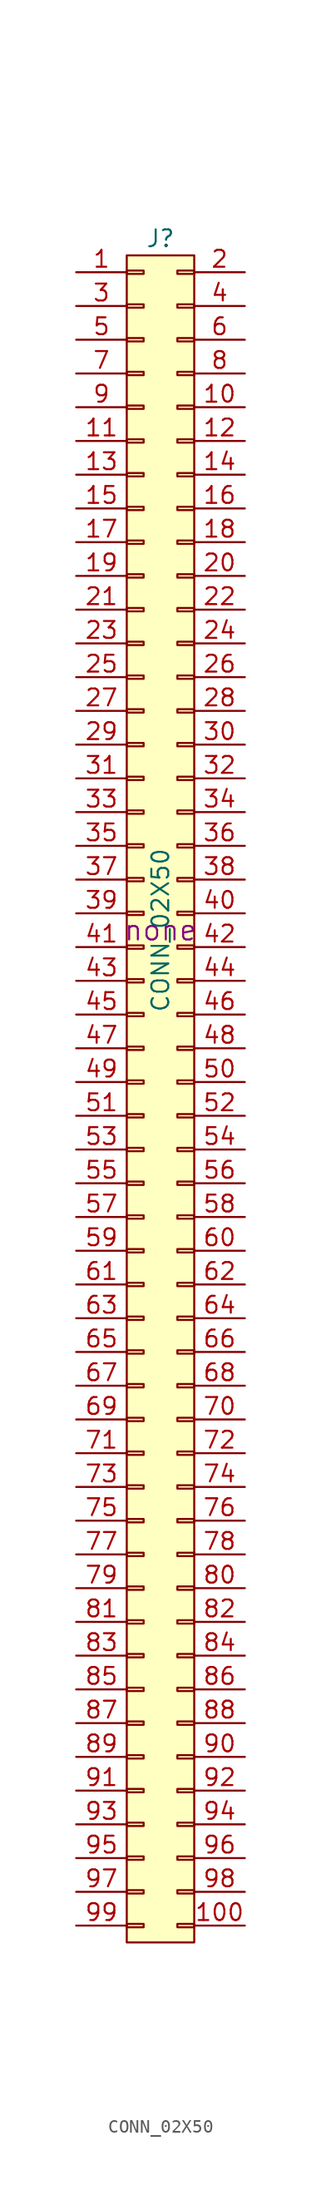
<source format=kicad_sym>
(kicad_symbol_lib
  (version 20201005)
  (generator kicad_symbol_editor)
  (symbol "Connectors_OSRF:CONN_02X50"
    (pin_names
      (offset 0.025) hide)
    (property "Reference" "J"
      (at 0 64.77 0)
      (effects (font (size 1.27 1.27))))
    (property "Value" "CONN_02X50"
      (at 0 12.7 90)
      (effects (font (size 1.27 1.27))))
    (property "Footprint" ""
      (at 0 12.7 0)
      (effects (font (size 1.524 1.524))))
    (property "Datasheet" "none"
      (at 0 12.7 0)
      (effects (font (size 1.524 1.524))))
    (symbol "CONN_02X50_0_1"
      (rectangle (start -2.54 -62.103) (end -1.27 -62.357) (stroke (width 0)) (fill (type none)))
      (rectangle (start -2.54 -59.563) (end -1.27 -59.817) (stroke (width 0)) (fill (type none)))
      (rectangle (start -2.54 -57.023) (end -1.27 -57.277) (stroke (width 0)) (fill (type none)))
      (rectangle (start -2.54 -54.483) (end -1.27 -54.737) (stroke (width 0)) (fill (type none)))
      (rectangle (start -2.54 -51.943) (end -1.27 -52.197) (stroke (width 0)) (fill (type none)))
      (rectangle (start -2.54 -49.403) (end -1.27 -49.657) (stroke (width 0)) (fill (type none)))
      (rectangle (start -2.54 -46.863) (end -1.27 -47.117) (stroke (width 0)) (fill (type none)))
      (rectangle (start -2.54 -44.323) (end -1.27 -44.577) (stroke (width 0)) (fill (type none)))
      (rectangle (start -2.54 -41.783) (end -1.27 -42.037) (stroke (width 0)) (fill (type none)))
      (rectangle (start -2.54 -39.243) (end -1.27 -39.497) (stroke (width 0)) (fill (type none)))
      (rectangle (start -2.54 -36.703) (end -1.27 -36.957) (stroke (width 0)) (fill (type none)))
      (rectangle (start -2.54 -34.163) (end -1.27 -34.417) (stroke (width 0)) (fill (type none)))
      (rectangle (start -2.54 -31.623) (end -1.27 -31.877) (stroke (width 0)) (fill (type none)))
      (rectangle (start -2.54 -29.083) (end -1.27 -29.337) (stroke (width 0)) (fill (type none)))
      (rectangle (start -2.54 -26.543) (end -1.27 -26.797) (stroke (width 0)) (fill (type none)))
      (rectangle (start -2.54 -24.003) (end -1.27 -24.257) (stroke (width 0)) (fill (type none)))
      (rectangle (start -2.54 -21.463) (end -1.27 -21.717) (stroke (width 0)) (fill (type none)))
      (rectangle (start -2.54 -18.923) (end -1.27 -19.177) (stroke (width 0)) (fill (type none)))
      (rectangle (start -2.54 -16.383) (end -1.27 -16.637) (stroke (width 0)) (fill (type none)))
      (rectangle (start -2.54 -13.843) (end -1.27 -14.097) (stroke (width 0)) (fill (type none)))
      (rectangle (start -2.54 -11.303) (end -1.27 -11.557) (stroke (width 0)) (fill (type none)))
      (rectangle (start -2.54 -8.763) (end -1.27 -9.017) (stroke (width 0)) (fill (type none)))
      (rectangle (start -2.54 -6.223) (end -1.27 -6.477) (stroke (width 0)) (fill (type none)))
      (rectangle (start -2.54 -3.683) (end -1.27 -3.937) (stroke (width 0)) (fill (type none)))
      (rectangle (start -2.54 -1.143) (end -1.27 -1.397) (stroke (width 0)) (fill (type none)))
      (rectangle (start -2.54 1.397) (end -1.27 1.143) (stroke (width 0)) (fill (type none)))
      (rectangle (start -2.54 3.937) (end -1.27 3.683) (stroke (width 0)) (fill (type none)))
      (rectangle (start -2.54 6.477) (end -1.27 6.223) (stroke (width 0)) (fill (type none)))
      (rectangle (start -2.54 9.017) (end -1.27 8.763) (stroke (width 0)) (fill (type none)))
      (rectangle (start -2.54 11.557) (end -1.27 11.303) (stroke (width 0)) (fill (type none)))
      (rectangle (start -2.54 14.097) (end -1.27 13.843) (stroke (width 0)) (fill (type none)))
      (rectangle (start -2.54 16.637) (end -1.27 16.383) (stroke (width 0)) (fill (type none)))
      (rectangle (start -2.54 19.177) (end -1.27 18.923) (stroke (width 0)) (fill (type none)))
      (rectangle (start -2.54 21.717) (end -1.27 21.463) (stroke (width 0)) (fill (type none)))
      (rectangle (start -2.54 24.257) (end -1.27 24.003) (stroke (width 0)) (fill (type none)))
      (rectangle (start -2.54 26.797) (end -1.27 26.543) (stroke (width 0)) (fill (type none)))
      (rectangle (start -2.54 29.337) (end -1.27 29.083) (stroke (width 0)) (fill (type none)))
      (rectangle (start -2.54 31.877) (end -1.27 31.623) (stroke (width 0)) (fill (type none)))
      (rectangle (start -2.54 34.417) (end -1.27 34.163) (stroke (width 0)) (fill (type none)))
      (rectangle (start -2.54 36.957) (end -1.27 36.703) (stroke (width 0)) (fill (type none)))
      (rectangle (start -2.54 39.497) (end -1.27 39.243) (stroke (width 0)) (fill (type none)))
      (rectangle (start -2.54 42.037) (end -1.27 41.783) (stroke (width 0)) (fill (type none)))
      (rectangle (start -2.54 44.577) (end -1.27 44.323) (stroke (width 0)) (fill (type none)))
      (rectangle (start -2.54 47.117) (end -1.27 46.863) (stroke (width 0)) (fill (type none)))
      (rectangle (start -2.54 49.657) (end -1.27 49.403) (stroke (width 0)) (fill (type none)))
      (rectangle (start -2.54 52.197) (end -1.27 51.943) (stroke (width 0)) (fill (type none)))
      (rectangle (start -2.54 54.737) (end -1.27 54.483) (stroke (width 0)) (fill (type none)))
      (rectangle (start -2.54 57.277) (end -1.27 57.023) (stroke (width 0)) (fill (type none)))
      (rectangle (start -2.54 59.817) (end -1.27 59.563) (stroke (width 0)) (fill (type none)))
      (rectangle (start -2.54 62.357) (end -1.27 62.103) (stroke (width 0)) (fill (type none)))
      (rectangle (start -2.54 63.5) (end 2.54 -63.5) (stroke (width 0)) (fill (type background)))
      (rectangle (start 1.27 -62.103) (end 2.54 -62.357) (stroke (width 0)) (fill (type none)))
      (rectangle (start 1.27 -59.563) (end 2.54 -59.817) (stroke (width 0)) (fill (type none)))
      (rectangle (start 1.27 -57.023) (end 2.54 -57.277) (stroke (width 0)) (fill (type none)))
      (rectangle (start 1.27 -54.483) (end 2.54 -54.737) (stroke (width 0)) (fill (type none)))
      (rectangle (start 1.27 -51.943) (end 2.54 -52.197) (stroke (width 0)) (fill (type none)))
      (rectangle (start 1.27 -49.403) (end 2.54 -49.657) (stroke (width 0)) (fill (type none)))
      (rectangle (start 1.27 -46.863) (end 2.54 -47.117) (stroke (width 0)) (fill (type none)))
      (rectangle (start 1.27 -44.323) (end 2.54 -44.577) (stroke (width 0)) (fill (type none)))
      (rectangle (start 1.27 -41.783) (end 2.54 -42.037) (stroke (width 0)) (fill (type none)))
      (rectangle (start 1.27 -39.243) (end 2.54 -39.497) (stroke (width 0)) (fill (type none)))
      (rectangle (start 1.27 -36.703) (end 2.54 -36.957) (stroke (width 0)) (fill (type none)))
      (rectangle (start 1.27 -34.163) (end 2.54 -34.417) (stroke (width 0)) (fill (type none)))
      (rectangle (start 1.27 -31.623) (end 2.54 -31.877) (stroke (width 0)) (fill (type none)))
      (rectangle (start 1.27 -29.083) (end 2.54 -29.337) (stroke (width 0)) (fill (type none)))
      (rectangle (start 1.27 -26.543) (end 2.54 -26.797) (stroke (width 0)) (fill (type none)))
      (rectangle (start 1.27 -24.003) (end 2.54 -24.257) (stroke (width 0)) (fill (type none)))
      (rectangle (start 1.27 -21.463) (end 2.54 -21.717) (stroke (width 0)) (fill (type none)))
      (rectangle (start 1.27 -18.923) (end 2.54 -19.177) (stroke (width 0)) (fill (type none)))
      (rectangle (start 1.27 -16.383) (end 2.54 -16.637) (stroke (width 0)) (fill (type none)))
      (rectangle (start 1.27 -13.843) (end 2.54 -14.097) (stroke (width 0)) (fill (type none)))
      (rectangle (start 1.27 -11.303) (end 2.54 -11.557) (stroke (width 0)) (fill (type none)))
      (rectangle (start 1.27 -8.763) (end 2.54 -9.017) (stroke (width 0)) (fill (type none)))
      (rectangle (start 1.27 -6.223) (end 2.54 -6.477) (stroke (width 0)) (fill (type none)))
      (rectangle (start 1.27 -3.683) (end 2.54 -3.937) (stroke (width 0)) (fill (type none)))
      (rectangle (start 1.27 -1.143) (end 2.54 -1.397) (stroke (width 0)) (fill (type none)))
      (rectangle (start 1.27 1.397) (end 2.54 1.143) (stroke (width 0)) (fill (type none)))
      (rectangle (start 1.27 3.937) (end 2.54 3.683) (stroke (width 0)) (fill (type none)))
      (rectangle (start 1.27 6.477) (end 2.54 6.223) (stroke (width 0)) (fill (type none)))
      (rectangle (start 1.27 9.017) (end 2.54 8.763) (stroke (width 0)) (fill (type none)))
      (rectangle (start 1.27 11.557) (end 2.54 11.303) (stroke (width 0)) (fill (type none)))
      (rectangle (start 1.27 14.097) (end 2.54 13.843) (stroke (width 0)) (fill (type none)))
      (rectangle (start 1.27 16.637) (end 2.54 16.383) (stroke (width 0)) (fill (type none)))
      (rectangle (start 1.27 19.177) (end 2.54 18.923) (stroke (width 0)) (fill (type none)))
      (rectangle (start 1.27 21.717) (end 2.54 21.463) (stroke (width 0)) (fill (type none)))
      (rectangle (start 1.27 24.257) (end 2.54 24.003) (stroke (width 0)) (fill (type none)))
      (rectangle (start 1.27 26.797) (end 2.54 26.543) (stroke (width 0)) (fill (type none)))
      (rectangle (start 1.27 29.337) (end 2.54 29.083) (stroke (width 0)) (fill (type none)))
      (rectangle (start 1.27 31.877) (end 2.54 31.623) (stroke (width 0)) (fill (type none)))
      (rectangle (start 1.27 34.417) (end 2.54 34.163) (stroke (width 0)) (fill (type none)))
      (rectangle (start 1.27 36.957) (end 2.54 36.703) (stroke (width 0)) (fill (type none)))
      (rectangle (start 1.27 39.497) (end 2.54 39.243) (stroke (width 0)) (fill (type none)))
      (rectangle (start 1.27 42.037) (end 2.54 41.783) (stroke (width 0)) (fill (type none)))
      (rectangle (start 1.27 44.577) (end 2.54 44.323) (stroke (width 0)) (fill (type none)))
      (rectangle (start 1.27 47.117) (end 2.54 46.863) (stroke (width 0)) (fill (type none)))
      (rectangle (start 1.27 49.657) (end 2.54 49.403) (stroke (width 0)) (fill (type none)))
      (rectangle (start 1.27 52.197) (end 2.54 51.943) (stroke (width 0)) (fill (type none)))
      (rectangle (start 1.27 54.737) (end 2.54 54.483) (stroke (width 0)) (fill (type none)))
      (rectangle (start 1.27 57.277) (end 2.54 57.023) (stroke (width 0)) (fill (type none)))
      (rectangle (start 1.27 59.817) (end 2.54 59.563) (stroke (width 0)) (fill (type none)))
      (rectangle (start 1.27 62.357) (end 2.54 62.103) (stroke (width 0)) (fill (type none))))
    (symbol "CONN_02X50_1_1"
      (pin passive line (at -6.35 62.23 0) (length 3.81) (name "P1" (effects (font (size 1.27 1.27)))) (number "1" (effects (font (size 1.27 1.27)))))
      (pin passive line (at 6.35 52.07 180) (length 3.81) (name "P10" (effects (font (size 1.27 1.27)))) (number "10" (effects (font (size 1.27 1.27)))))
      (pin passive line (at 6.35 -62.23 180) (length 3.81) (name "P100" (effects (font (size 1.27 1.27)))) (number "100" (effects (font (size 1.27 1.27)))))
      (pin passive line (at -6.35 49.53 0) (length 3.81) (name "P11" (effects (font (size 1.27 1.27)))) (number "11" (effects (font (size 1.27 1.27)))))
      (pin passive line (at 6.35 49.53 180) (length 3.81) (name "P12" (effects (font (size 1.27 1.27)))) (number "12" (effects (font (size 1.27 1.27)))))
      (pin passive line (at -6.35 46.99 0) (length 3.81) (name "P13" (effects (font (size 1.27 1.27)))) (number "13" (effects (font (size 1.27 1.27)))))
      (pin passive line (at 6.35 46.99 180) (length 3.81) (name "P14" (effects (font (size 1.27 1.27)))) (number "14" (effects (font (size 1.27 1.27)))))
      (pin passive line (at -6.35 44.45 0) (length 3.81) (name "P15" (effects (font (size 1.27 1.27)))) (number "15" (effects (font (size 1.27 1.27)))))
      (pin passive line (at 6.35 44.45 180) (length 3.81) (name "P16" (effects (font (size 1.27 1.27)))) (number "16" (effects (font (size 1.27 1.27)))))
      (pin passive line (at -6.35 41.91 0) (length 3.81) (name "P17" (effects (font (size 1.27 1.27)))) (number "17" (effects (font (size 1.27 1.27)))))
      (pin passive line (at 6.35 41.91 180) (length 3.81) (name "P18" (effects (font (size 1.27 1.27)))) (number "18" (effects (font (size 1.27 1.27)))))
      (pin passive line (at -6.35 39.37 0) (length 3.81) (name "P19" (effects (font (size 1.27 1.27)))) (number "19" (effects (font (size 1.27 1.27)))))
      (pin passive line (at 6.35 62.23 180) (length 3.81) (name "P2" (effects (font (size 1.27 1.27)))) (number "2" (effects (font (size 1.27 1.27)))))
      (pin passive line (at 6.35 39.37 180) (length 3.81) (name "P20" (effects (font (size 1.27 1.27)))) (number "20" (effects (font (size 1.27 1.27)))))
      (pin passive line (at -6.35 36.83 0) (length 3.81) (name "P21" (effects (font (size 1.27 1.27)))) (number "21" (effects (font (size 1.27 1.27)))))
      (pin passive line (at 6.35 36.83 180) (length 3.81) (name "P22" (effects (font (size 1.27 1.27)))) (number "22" (effects (font (size 1.27 1.27)))))
      (pin passive line (at -6.35 34.29 0) (length 3.81) (name "P23" (effects (font (size 1.27 1.27)))) (number "23" (effects (font (size 1.27 1.27)))))
      (pin passive line (at 6.35 34.29 180) (length 3.81) (name "P24" (effects (font (size 1.27 1.27)))) (number "24" (effects (font (size 1.27 1.27)))))
      (pin passive line (at -6.35 31.75 0) (length 3.81) (name "P25" (effects (font (size 1.27 1.27)))) (number "25" (effects (font (size 1.27 1.27)))))
      (pin passive line (at 6.35 31.75 180) (length 3.81) (name "P26" (effects (font (size 1.27 1.27)))) (number "26" (effects (font (size 1.27 1.27)))))
      (pin passive line (at -6.35 29.21 0) (length 3.81) (name "P27" (effects (font (size 1.27 1.27)))) (number "27" (effects (font (size 1.27 1.27)))))
      (pin passive line (at 6.35 29.21 180) (length 3.81) (name "P28" (effects (font (size 1.27 1.27)))) (number "28" (effects (font (size 1.27 1.27)))))
      (pin passive line (at -6.35 26.67 0) (length 3.81) (name "P29" (effects (font (size 1.27 1.27)))) (number "29" (effects (font (size 1.27 1.27)))))
      (pin passive line (at -6.35 59.69 0) (length 3.81) (name "P3" (effects (font (size 1.27 1.27)))) (number "3" (effects (font (size 1.27 1.27)))))
      (pin passive line (at 6.35 26.67 180) (length 3.81) (name "P30" (effects (font (size 1.27 1.27)))) (number "30" (effects (font (size 1.27 1.27)))))
      (pin passive line (at -6.35 24.13 0) (length 3.81) (name "P31" (effects (font (size 1.27 1.27)))) (number "31" (effects (font (size 1.27 1.27)))))
      (pin passive line (at 6.35 24.13 180) (length 3.81) (name "P32" (effects (font (size 1.27 1.27)))) (number "32" (effects (font (size 1.27 1.27)))))
      (pin passive line (at -6.35 21.59 0) (length 3.81) (name "P33" (effects (font (size 1.27 1.27)))) (number "33" (effects (font (size 1.27 1.27)))))
      (pin passive line (at 6.35 21.59 180) (length 3.81) (name "P34" (effects (font (size 1.27 1.27)))) (number "34" (effects (font (size 1.27 1.27)))))
      (pin passive line (at -6.35 19.05 0) (length 3.81) (name "P35" (effects (font (size 1.27 1.27)))) (number "35" (effects (font (size 1.27 1.27)))))
      (pin passive line (at 6.35 19.05 180) (length 3.81) (name "P36" (effects (font (size 1.27 1.27)))) (number "36" (effects (font (size 1.27 1.27)))))
      (pin passive line (at -6.35 16.51 0) (length 3.81) (name "P37" (effects (font (size 1.27 1.27)))) (number "37" (effects (font (size 1.27 1.27)))))
      (pin passive line (at 6.35 16.51 180) (length 3.81) (name "P38" (effects (font (size 1.27 1.27)))) (number "38" (effects (font (size 1.27 1.27)))))
      (pin passive line (at -6.35 13.97 0) (length 3.81) (name "P39" (effects (font (size 1.27 1.27)))) (number "39" (effects (font (size 1.27 1.27)))))
      (pin passive line (at 6.35 59.69 180) (length 3.81) (name "P4" (effects (font (size 1.27 1.27)))) (number "4" (effects (font (size 1.27 1.27)))))
      (pin passive line (at 6.35 13.97 180) (length 3.81) (name "P40" (effects (font (size 1.27 1.27)))) (number "40" (effects (font (size 1.27 1.27)))))
      (pin passive line (at -6.35 11.43 0) (length 3.81) (name "P41" (effects (font (size 1.27 1.27)))) (number "41" (effects (font (size 1.27 1.27)))))
      (pin passive line (at 6.35 11.43 180) (length 3.81) (name "P42" (effects (font (size 1.27 1.27)))) (number "42" (effects (font (size 1.27 1.27)))))
      (pin passive line (at -6.35 8.89 0) (length 3.81) (name "P43" (effects (font (size 1.27 1.27)))) (number "43" (effects (font (size 1.27 1.27)))))
      (pin passive line (at 6.35 8.89 180) (length 3.81) (name "P44" (effects (font (size 1.27 1.27)))) (number "44" (effects (font (size 1.27 1.27)))))
      (pin passive line (at -6.35 6.35 0) (length 3.81) (name "P45" (effects (font (size 1.27 1.27)))) (number "45" (effects (font (size 1.27 1.27)))))
      (pin passive line (at 6.35 6.35 180) (length 3.81) (name "P46" (effects (font (size 1.27 1.27)))) (number "46" (effects (font (size 1.27 1.27)))))
      (pin passive line (at -6.35 3.81 0) (length 3.81) (name "P47" (effects (font (size 1.27 1.27)))) (number "47" (effects (font (size 1.27 1.27)))))
      (pin passive line (at 6.35 3.81 180) (length 3.81) (name "P48" (effects (font (size 1.27 1.27)))) (number "48" (effects (font (size 1.27 1.27)))))
      (pin passive line (at -6.35 1.27 0) (length 3.81) (name "P49" (effects (font (size 1.27 1.27)))) (number "49" (effects (font (size 1.27 1.27)))))
      (pin passive line (at -6.35 57.15 0) (length 3.81) (name "P5" (effects (font (size 1.27 1.27)))) (number "5" (effects (font (size 1.27 1.27)))))
      (pin passive line (at 6.35 1.27 180) (length 3.81) (name "P50" (effects (font (size 1.27 1.27)))) (number "50" (effects (font (size 1.27 1.27)))))
      (pin passive line (at -6.35 -1.27 0) (length 3.81) (name "P51" (effects (font (size 1.27 1.27)))) (number "51" (effects (font (size 1.27 1.27)))))
      (pin passive line (at 6.35 -1.27 180) (length 3.81) (name "P52" (effects (font (size 1.27 1.27)))) (number "52" (effects (font (size 1.27 1.27)))))
      (pin passive line (at -6.35 -3.81 0) (length 3.81) (name "P53" (effects (font (size 1.27 1.27)))) (number "53" (effects (font (size 1.27 1.27)))))
      (pin passive line (at 6.35 -3.81 180) (length 3.81) (name "P54" (effects (font (size 1.27 1.27)))) (number "54" (effects (font (size 1.27 1.27)))))
      (pin passive line (at -6.35 -6.35 0) (length 3.81) (name "P55" (effects (font (size 1.27 1.27)))) (number "55" (effects (font (size 1.27 1.27)))))
      (pin passive line (at 6.35 -6.35 180) (length 3.81) (name "P56" (effects (font (size 1.27 1.27)))) (number "56" (effects (font (size 1.27 1.27)))))
      (pin passive line (at -6.35 -8.89 0) (length 3.81) (name "P57" (effects (font (size 1.27 1.27)))) (number "57" (effects (font (size 1.27 1.27)))))
      (pin passive line (at 6.35 -8.89 180) (length 3.81) (name "P58" (effects (font (size 1.27 1.27)))) (number "58" (effects (font (size 1.27 1.27)))))
      (pin passive line (at -6.35 -11.43 0) (length 3.81) (name "P59" (effects (font (size 1.27 1.27)))) (number "59" (effects (font (size 1.27 1.27)))))
      (pin passive line (at 6.35 57.15 180) (length 3.81) (name "P6" (effects (font (size 1.27 1.27)))) (number "6" (effects (font (size 1.27 1.27)))))
      (pin passive line (at 6.35 -11.43 180) (length 3.81) (name "P60" (effects (font (size 1.27 1.27)))) (number "60" (effects (font (size 1.27 1.27)))))
      (pin passive line (at -6.35 -13.97 0) (length 3.81) (name "P61" (effects (font (size 1.27 1.27)))) (number "61" (effects (font (size 1.27 1.27)))))
      (pin passive line (at 6.35 -13.97 180) (length 3.81) (name "P62" (effects (font (size 1.27 1.27)))) (number "62" (effects (font (size 1.27 1.27)))))
      (pin passive line (at -6.35 -16.51 0) (length 3.81) (name "P63" (effects (font (size 1.27 1.27)))) (number "63" (effects (font (size 1.27 1.27)))))
      (pin passive line (at 6.35 -16.51 180) (length 3.81) (name "P64" (effects (font (size 1.27 1.27)))) (number "64" (effects (font (size 1.27 1.27)))))
      (pin passive line (at -6.35 -19.05 0) (length 3.81) (name "P65" (effects (font (size 1.27 1.27)))) (number "65" (effects (font (size 1.27 1.27)))))
      (pin passive line (at 6.35 -19.05 180) (length 3.81) (name "P66" (effects (font (size 1.27 1.27)))) (number "66" (effects (font (size 1.27 1.27)))))
      (pin passive line (at -6.35 -21.59 0) (length 3.81) (name "P67" (effects (font (size 1.27 1.27)))) (number "67" (effects (font (size 1.27 1.27)))))
      (pin passive line (at 6.35 -21.59 180) (length 3.81) (name "P68" (effects (font (size 1.27 1.27)))) (number "68" (effects (font (size 1.27 1.27)))))
      (pin passive line (at -6.35 -24.13 0) (length 3.81) (name "P69" (effects (font (size 1.27 1.27)))) (number "69" (effects (font (size 1.27 1.27)))))
      (pin passive line (at -6.35 54.61 0) (length 3.81) (name "P7" (effects (font (size 1.27 1.27)))) (number "7" (effects (font (size 1.27 1.27)))))
      (pin passive line (at 6.35 -24.13 180) (length 3.81) (name "P70" (effects (font (size 1.27 1.27)))) (number "70" (effects (font (size 1.27 1.27)))))
      (pin passive line (at -6.35 -26.67 0) (length 3.81) (name "P71" (effects (font (size 1.27 1.27)))) (number "71" (effects (font (size 1.27 1.27)))))
      (pin passive line (at 6.35 -26.67 180) (length 3.81) (name "P72" (effects (font (size 1.27 1.27)))) (number "72" (effects (font (size 1.27 1.27)))))
      (pin passive line (at -6.35 -29.21 0) (length 3.81) (name "P73" (effects (font (size 1.27 1.27)))) (number "73" (effects (font (size 1.27 1.27)))))
      (pin passive line (at 6.35 -29.21 180) (length 3.81) (name "P74" (effects (font (size 1.27 1.27)))) (number "74" (effects (font (size 1.27 1.27)))))
      (pin passive line (at -6.35 -31.75 0) (length 3.81) (name "P75" (effects (font (size 1.27 1.27)))) (number "75" (effects (font (size 1.27 1.27)))))
      (pin passive line (at 6.35 -31.75 180) (length 3.81) (name "P76" (effects (font (size 1.27 1.27)))) (number "76" (effects (font (size 1.27 1.27)))))
      (pin passive line (at -6.35 -34.29 0) (length 3.81) (name "P77" (effects (font (size 1.27 1.27)))) (number "77" (effects (font (size 1.27 1.27)))))
      (pin passive line (at 6.35 -34.29 180) (length 3.81) (name "P78" (effects (font (size 1.27 1.27)))) (number "78" (effects (font (size 1.27 1.27)))))
      (pin passive line (at -6.35 -36.83 0) (length 3.81) (name "P79" (effects (font (size 1.27 1.27)))) (number "79" (effects (font (size 1.27 1.27)))))
      (pin passive line (at 6.35 54.61 180) (length 3.81) (name "P8" (effects (font (size 1.27 1.27)))) (number "8" (effects (font (size 1.27 1.27)))))
      (pin passive line (at 6.35 -36.83 180) (length 3.81) (name "P80" (effects (font (size 1.27 1.27)))) (number "80" (effects (font (size 1.27 1.27)))))
      (pin passive line (at -6.35 -39.37 0) (length 3.81) (name "P81" (effects (font (size 1.27 1.27)))) (number "81" (effects (font (size 1.27 1.27)))))
      (pin passive line (at 6.35 -39.37 180) (length 3.81) (name "P82" (effects (font (size 1.27 1.27)))) (number "82" (effects (font (size 1.27 1.27)))))
      (pin passive line (at -6.35 -41.91 0) (length 3.81) (name "P83" (effects (font (size 1.27 1.27)))) (number "83" (effects (font (size 1.27 1.27)))))
      (pin passive line (at 6.35 -41.91 180) (length 3.81) (name "P84" (effects (font (size 1.27 1.27)))) (number "84" (effects (font (size 1.27 1.27)))))
      (pin passive line (at -6.35 -44.45 0) (length 3.81) (name "P85" (effects (font (size 1.27 1.27)))) (number "85" (effects (font (size 1.27 1.27)))))
      (pin passive line (at 6.35 -44.45 180) (length 3.81) (name "P86" (effects (font (size 1.27 1.27)))) (number "86" (effects (font (size 1.27 1.27)))))
      (pin passive line (at -6.35 -46.99 0) (length 3.81) (name "P87" (effects (font (size 1.27 1.27)))) (number "87" (effects (font (size 1.27 1.27)))))
      (pin passive line (at 6.35 -46.99 180) (length 3.81) (name "P88" (effects (font (size 1.27 1.27)))) (number "88" (effects (font (size 1.27 1.27)))))
      (pin passive line (at -6.35 -49.53 0) (length 3.81) (name "P89" (effects (font (size 1.27 1.27)))) (number "89" (effects (font (size 1.27 1.27)))))
      (pin passive line (at -6.35 52.07 0) (length 3.81) (name "P9" (effects (font (size 1.27 1.27)))) (number "9" (effects (font (size 1.27 1.27)))))
      (pin passive line (at 6.35 -49.53 180) (length 3.81) (name "P90" (effects (font (size 1.27 1.27)))) (number "90" (effects (font (size 1.27 1.27)))))
      (pin passive line (at -6.35 -52.07 0) (length 3.81) (name "P91" (effects (font (size 1.27 1.27)))) (number "91" (effects (font (size 1.27 1.27)))))
      (pin passive line (at 6.35 -52.07 180) (length 3.81) (name "P92" (effects (font (size 1.27 1.27)))) (number "92" (effects (font (size 1.27 1.27)))))
      (pin passive line (at -6.35 -54.61 0) (length 3.81) (name "P93" (effects (font (size 1.27 1.27)))) (number "93" (effects (font (size 1.27 1.27)))))
      (pin passive line (at 6.35 -54.61 180) (length 3.81) (name "P94" (effects (font (size 1.27 1.27)))) (number "94" (effects (font (size 1.27 1.27)))))
      (pin passive line (at -6.35 -57.15 0) (length 3.81) (name "P95" (effects (font (size 1.27 1.27)))) (number "95" (effects (font (size 1.27 1.27)))))
      (pin passive line (at 6.35 -57.15 180) (length 3.81) (name "P96" (effects (font (size 1.27 1.27)))) (number "96" (effects (font (size 1.27 1.27)))))
      (pin passive line (at -6.35 -59.69 0) (length 3.81) (name "P97" (effects (font (size 1.27 1.27)))) (number "97" (effects (font (size 1.27 1.27)))))
      (pin passive line (at 6.35 -59.69 180) (length 3.81) (name "P98" (effects (font (size 1.27 1.27)))) (number "98" (effects (font (size 1.27 1.27)))))
      (pin passive line (at -6.35 -62.23 0) (length 3.81) (name "P99" (effects (font (size 1.27 1.27)))) (number "99" (effects (font (size 1.27 1.27))))))))
</source>
